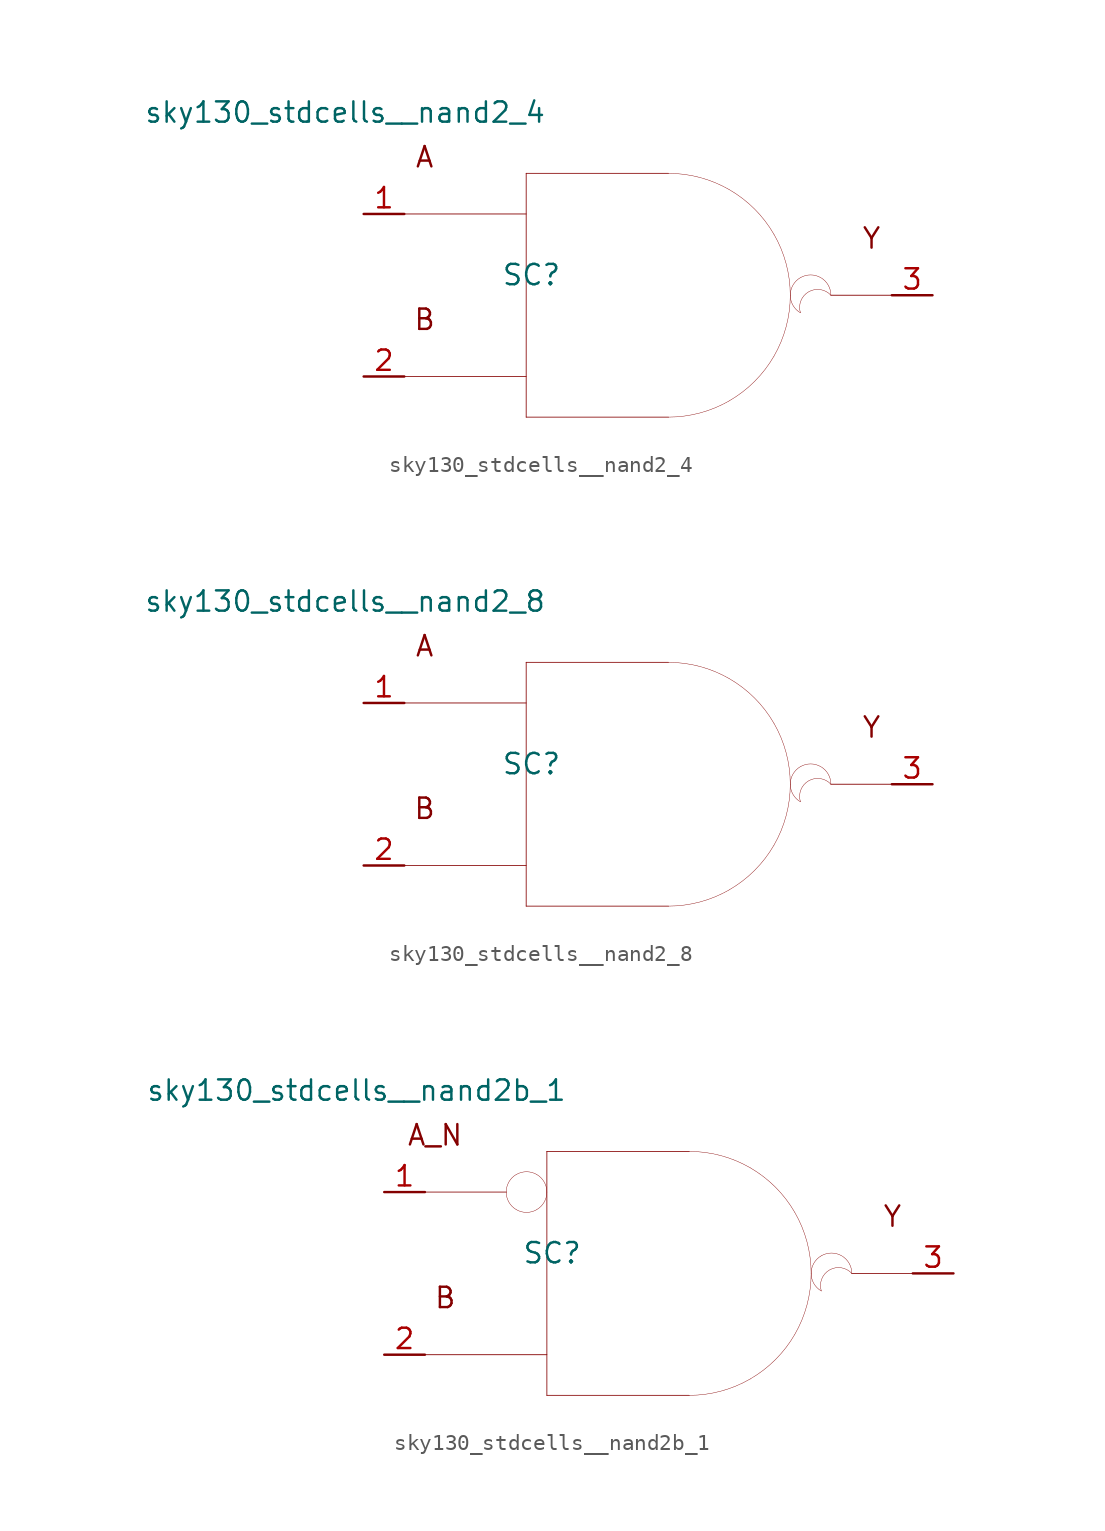
<source format=kicad_sym>
(kicad_symbol_lib
  (version 20211014)
  (generator kicad_symbol_editor)
  (symbol "sky130_stdcells__nand2_4"
    (pin_names hide)
    (property "Reference" "SC"
      (at -7.29 1.27 0)
      (effects (font (size 1.27 1.27))))
    (property "Value" "sky130_stdcells__nand2_4"
      (at -6.35 11.43 0)
      (effects (font (size 1.27 1.27)) (justify right)))
    (symbol "sky130_stdcells__nand2_4_0_0"
      (polyline (pts (xy -15.24 -5.08) (xy -7.62 -5.08)) (stroke (width 0.051) (type default) (color 0 0 0 0)) (fill (type none)))
      (polyline (pts (xy -15.24 5.08) (xy -7.62 5.08)) (stroke (width 0.051) (type default) (color 0 0 0 0)) (fill (type none)))
      (polyline (pts (xy -7.62 -7.62) (xy 1.27 -7.62)) (stroke (width 0.051) (type default) (color 0 0 0 0)) (fill (type none)))
      (polyline (pts (xy -7.62 7.62) (xy -7.62 -7.62)) (stroke (width 0.051) (type default) (color 0 0 0 0)) (fill (type none)))
      (polyline (pts (xy -7.62 7.62) (xy 1.27 7.62)) (stroke (width 0.051) (type default) (color 0 0 0 0)) (fill (type none)))
      (polyline (pts (xy 11.43 0) (xy 15.24 0)) (stroke (width 0.051) (type default) (color 0 0 0 0)) (fill (type none)))
      (arc (start 1.27 -7.62) (mid 3.2422 -7.3604) (end 5.08 -6.5991) (stroke (width 0.0254) (type default) (color 0 0 0 0)) (fill (type none)))
      (arc (start 5.08 -6.5991) (mid 6.6581 -5.3881) (end 7.8691 -3.81) (stroke (width 0.0254) (type default) (color 0 0 0 0)) (fill (type none)))
      (arc (start 5.08 6.5991) (mid 3.2422 7.3603) (end 1.27 7.62) (stroke (width 0.0254) (type default) (color 0 0 0 0)) (fill (type none)))
      (arc (start 7.8691 -3.81) (mid 8.6303 -1.9722) (end 8.89 0) (stroke (width 0.0254) (type default) (color 0 0 0 0)) (fill (type none)))
      (arc (start 7.8691 3.81) (mid 6.6581 5.3881) (end 5.08 6.5991) (stroke (width 0.0254) (type default) (color 0 0 0 0)) (fill (type none)))
      (arc (start 8.89 0) (mid 8.6304 1.9722) (end 7.8691 3.81) (stroke (width 0.0254) (type default) (color 0 0 0 0)) (fill (type none)))
      (arc (start 9.525 1.0999) (mid 8.89 0) (end 9.525 -1.0999) (stroke (width 0.0254) (type default) (color 0 0 0 0)) (fill (type none)))
      (arc (start 11.43 0) (mid 9.5731 0.4743) (end 9.525 -1.0999) (stroke (width 0.0254) (type default) (color 0 0 0 0)) (fill (type none)))
      (arc (start 11.43 0) (mid 10.795 1.0998) (end 9.525 1.0999) (stroke (width 0.0254) (type default) (color 0 0 0 0)) (fill (type none)))
      (text "A" (at -13.97 8.636 0) (effects (font (size 1.27 1.27))))
      (text "B" (at -13.97 -1.524 0) (effects (font (size 1.27 1.27))))
      (text "Y" (at 13.97 3.556 0) (effects (font (size 1.27 1.27)))))
    (symbol "sky130_stdcells__nand2_4_1_1"
      (pin input line (at -17.78 5.08 0) (length 2.54) (name "A" (effects (font (size 1.092 1.092)))) (number "1" (effects (font (size 1.27 1.27)))))
      (pin input line (at -17.78 -5.08 0) (length 2.54) (name "B" (effects (font (size 1.092 1.092)))) (number "2" (effects (font (size 1.27 1.27)))))
      (pin output line (at 17.78 0 180) (length 2.54) (name "Y" (effects (font (size 1.092 1.092)))) (number "3" (effects (font (size 1.27 1.27)))))))
  (symbol "sky130_stdcells__nand2_8"
    (pin_names hide)
    (property "Reference" "SC"
      (at -7.29 1.27 0)
      (effects (font (size 1.27 1.27))))
    (property "Value" "sky130_stdcells__nand2_8"
      (at -6.35 11.43 0)
      (effects (font (size 1.27 1.27)) (justify right)))
    (symbol "sky130_stdcells__nand2_8_0_0"
      (polyline (pts (xy -15.24 -5.08) (xy -7.62 -5.08)) (stroke (width 0.051) (type default) (color 0 0 0 0)) (fill (type none)))
      (polyline (pts (xy -15.24 5.08) (xy -7.62 5.08)) (stroke (width 0.051) (type default) (color 0 0 0 0)) (fill (type none)))
      (polyline (pts (xy -7.62 -7.62) (xy 1.27 -7.62)) (stroke (width 0.051) (type default) (color 0 0 0 0)) (fill (type none)))
      (polyline (pts (xy -7.62 7.62) (xy -7.62 -7.62)) (stroke (width 0.051) (type default) (color 0 0 0 0)) (fill (type none)))
      (polyline (pts (xy -7.62 7.62) (xy 1.27 7.62)) (stroke (width 0.051) (type default) (color 0 0 0 0)) (fill (type none)))
      (polyline (pts (xy 11.43 0) (xy 15.24 0)) (stroke (width 0.051) (type default) (color 0 0 0 0)) (fill (type none)))
      (arc (start 1.27 -7.62) (mid 3.2422 -7.3604) (end 5.08 -6.5991) (stroke (width 0.0254) (type default) (color 0 0 0 0)) (fill (type none)))
      (arc (start 5.08 -6.5991) (mid 6.6581 -5.3881) (end 7.8691 -3.81) (stroke (width 0.0254) (type default) (color 0 0 0 0)) (fill (type none)))
      (arc (start 5.08 6.5991) (mid 3.2422 7.3603) (end 1.27 7.62) (stroke (width 0.0254) (type default) (color 0 0 0 0)) (fill (type none)))
      (arc (start 7.8691 -3.81) (mid 8.6303 -1.9722) (end 8.89 0) (stroke (width 0.0254) (type default) (color 0 0 0 0)) (fill (type none)))
      (arc (start 7.8691 3.81) (mid 6.6581 5.3881) (end 5.08 6.5991) (stroke (width 0.0254) (type default) (color 0 0 0 0)) (fill (type none)))
      (arc (start 8.89 0) (mid 8.6304 1.9722) (end 7.8691 3.81) (stroke (width 0.0254) (type default) (color 0 0 0 0)) (fill (type none)))
      (arc (start 9.525 1.0999) (mid 8.89 0) (end 9.525 -1.0999) (stroke (width 0.0254) (type default) (color 0 0 0 0)) (fill (type none)))
      (arc (start 11.43 0) (mid 9.5731 0.4743) (end 9.525 -1.0999) (stroke (width 0.0254) (type default) (color 0 0 0 0)) (fill (type none)))
      (arc (start 11.43 0) (mid 10.795 1.0998) (end 9.525 1.0999) (stroke (width 0.0254) (type default) (color 0 0 0 0)) (fill (type none)))
      (text "A" (at -13.97 8.636 0) (effects (font (size 1.27 1.27))))
      (text "B" (at -13.97 -1.524 0) (effects (font (size 1.27 1.27))))
      (text "Y" (at 13.97 3.556 0) (effects (font (size 1.27 1.27)))))
    (symbol "sky130_stdcells__nand2_8_1_1"
      (pin input line (at -17.78 5.08 0) (length 2.54) (name "A" (effects (font (size 1.092 1.092)))) (number "1" (effects (font (size 1.27 1.27)))))
      (pin input line (at -17.78 -5.08 0) (length 2.54) (name "B" (effects (font (size 1.092 1.092)))) (number "2" (effects (font (size 1.27 1.27)))))
      (pin output line (at 17.78 0 180) (length 2.54) (name "Y" (effects (font (size 1.092 1.092)))) (number "3" (effects (font (size 1.27 1.27)))))))
  (symbol "sky130_stdcells__nand2b_1"
    (pin_names hide)
    (property "Reference" "SC"
      (at -7.29 1.27 0)
      (effects (font (size 1.27 1.27))))
    (property "Value" "sky130_stdcells__nand2b_1"
      (at -6.35 11.43 0)
      (effects (font (size 1.27 1.27)) (justify right)))
    (symbol "sky130_stdcells__nand2b_1_0_0"
      (arc (start -10.16 5.08) (mid -9.9898 4.445) (end -9.525 3.9801) (stroke (width 0.0254) (type default) (color 0 0 0 0)) (fill (type none)))
      (arc (start -9.525 3.9801) (mid -8.89 3.81) (end -8.255 3.9801) (stroke (width 0.0254) (type default) (color 0 0 0 0)) (fill (type none)))
      (arc (start -9.525 6.1799) (mid -9.9899 5.715) (end -10.16 5.08) (stroke (width 0.0254) (type default) (color 0 0 0 0)) (fill (type none)))
      (arc (start -8.255 3.9801) (mid -7.7901 4.445) (end -7.62 5.08) (stroke (width 0.0254) (type default) (color 0 0 0 0)) (fill (type none)))
      (arc (start -8.255 6.1799) (mid -8.89 6.35) (end -9.525 6.1799) (stroke (width 0.0254) (type default) (color 0 0 0 0)) (fill (type none)))
      (arc (start -7.62 5.08) (mid -7.7902 5.715) (end -8.255 6.1799) (stroke (width 0.0254) (type default) (color 0 0 0 0)) (fill (type none)))
      (polyline (pts (xy -15.24 -5.08) (xy -7.62 -5.08)) (stroke (width 0.051) (type default) (color 0 0 0 0)) (fill (type none)))
      (polyline (pts (xy -15.24 5.08) (xy -10.16 5.08)) (stroke (width 0.051) (type default) (color 0 0 0 0)) (fill (type none)))
      (polyline (pts (xy -7.62 -7.62) (xy 1.27 -7.62)) (stroke (width 0.051) (type default) (color 0 0 0 0)) (fill (type none)))
      (polyline (pts (xy -7.62 7.62) (xy -7.62 -7.62)) (stroke (width 0.051) (type default) (color 0 0 0 0)) (fill (type none)))
      (polyline (pts (xy -7.62 7.62) (xy 1.27 7.62)) (stroke (width 0.051) (type default) (color 0 0 0 0)) (fill (type none)))
      (polyline (pts (xy 11.43 0) (xy 15.24 0)) (stroke (width 0.051) (type default) (color 0 0 0 0)) (fill (type none)))
      (arc (start 1.27 -7.62) (mid 3.2422 -7.3604) (end 5.08 -6.5991) (stroke (width 0.0254) (type default) (color 0 0 0 0)) (fill (type none)))
      (arc (start 5.08 -6.5991) (mid 6.6581 -5.3881) (end 7.8691 -3.81) (stroke (width 0.0254) (type default) (color 0 0 0 0)) (fill (type none)))
      (arc (start 5.08 6.5991) (mid 3.2422 7.3603) (end 1.27 7.62) (stroke (width 0.0254) (type default) (color 0 0 0 0)) (fill (type none)))
      (arc (start 7.8691 -3.81) (mid 8.6303 -1.9722) (end 8.89 0) (stroke (width 0.0254) (type default) (color 0 0 0 0)) (fill (type none)))
      (arc (start 7.8691 3.81) (mid 6.6581 5.3881) (end 5.08 6.5991) (stroke (width 0.0254) (type default) (color 0 0 0 0)) (fill (type none)))
      (arc (start 8.89 0) (mid 8.6304 1.9722) (end 7.8691 3.81) (stroke (width 0.0254) (type default) (color 0 0 0 0)) (fill (type none)))
      (arc (start 9.525 1.0999) (mid 8.89 0) (end 9.525 -1.0999) (stroke (width 0.0254) (type default) (color 0 0 0 0)) (fill (type none)))
      (arc (start 11.43 0) (mid 9.5731 0.4743) (end 9.525 -1.0999) (stroke (width 0.0254) (type default) (color 0 0 0 0)) (fill (type none)))
      (arc (start 11.43 0) (mid 10.795 1.0998) (end 9.525 1.0999) (stroke (width 0.0254) (type default) (color 0 0 0 0)) (fill (type none)))
      (text "A_N" (at -14.605 8.636 0) (effects (font (size 1.27 1.27))))
      (text "B" (at -13.97 -1.524 0) (effects (font (size 1.27 1.27))))
      (text "Y" (at 13.97 3.556 0) (effects (font (size 1.27 1.27)))))
    (symbol "sky130_stdcells__nand2b_1_1_1"
      (pin input line (at -17.78 5.08 0) (length 2.54) (name "A_N" (effects (font (size 1.092 1.092)))) (number "1" (effects (font (size 1.27 1.27)))))
      (pin input line (at -17.78 -5.08 0) (length 2.54) (name "B" (effects (font (size 1.092 1.092)))) (number "2" (effects (font (size 1.27 1.27)))))
      (pin output line (at 17.78 0 180) (length 2.54) (name "Y" (effects (font (size 1.092 1.092)))) (number "3" (effects (font (size 1.27 1.27))))))))
</source>
